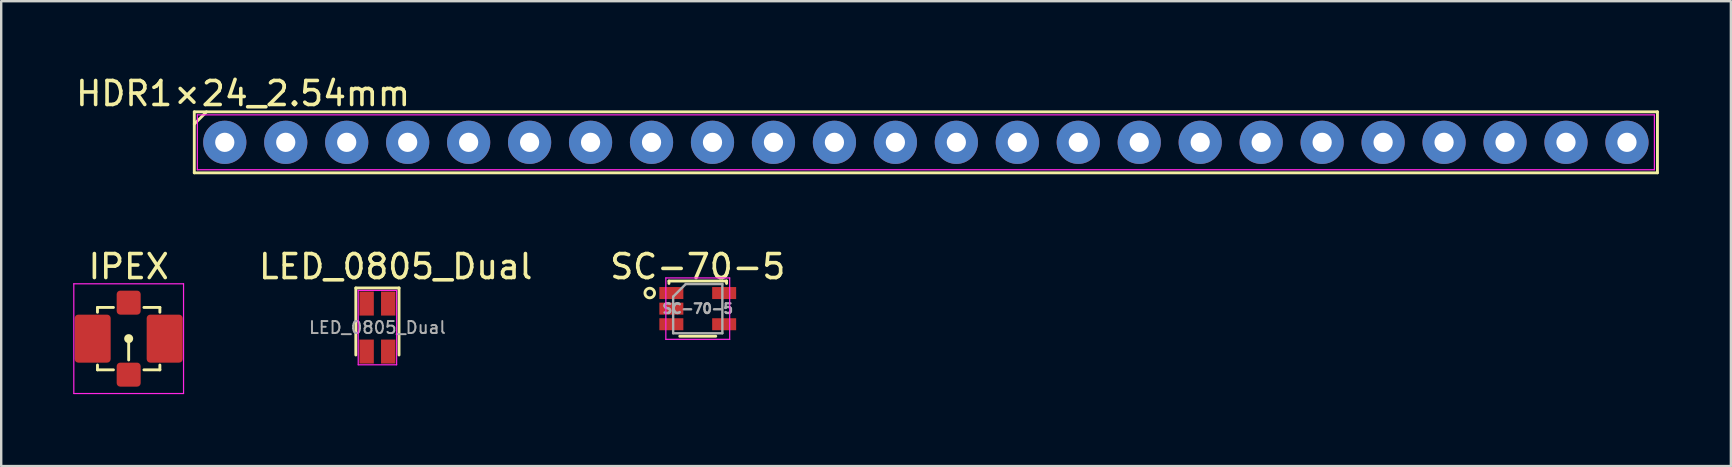
<source format=kicad_pcb>
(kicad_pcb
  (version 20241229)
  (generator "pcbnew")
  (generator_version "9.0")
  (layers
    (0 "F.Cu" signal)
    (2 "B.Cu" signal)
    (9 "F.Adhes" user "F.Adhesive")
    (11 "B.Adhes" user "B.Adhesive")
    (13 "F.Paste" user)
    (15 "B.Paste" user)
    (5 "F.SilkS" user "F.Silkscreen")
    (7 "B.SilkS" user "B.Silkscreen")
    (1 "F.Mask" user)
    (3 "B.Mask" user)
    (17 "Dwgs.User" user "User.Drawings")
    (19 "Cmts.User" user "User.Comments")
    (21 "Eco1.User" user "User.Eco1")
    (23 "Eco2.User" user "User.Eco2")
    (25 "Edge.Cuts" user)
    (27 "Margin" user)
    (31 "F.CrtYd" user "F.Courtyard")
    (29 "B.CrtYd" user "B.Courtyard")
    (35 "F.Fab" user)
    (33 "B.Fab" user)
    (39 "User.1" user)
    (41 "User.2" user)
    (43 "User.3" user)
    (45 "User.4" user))
  (footprint "HDR1×24_2.54mm"
    (layer "F.Cu")
    (at 6.315 2.88)
    (property "Reference" "HDR1×24_2.54mm" (at 0.762 -2.032 0) (layer "F.SilkS") (effects (font (size 1 1) (thickness 0.15))))
    (attr through_hole)
    (fp_line (start -1.27 -1.27) (end -1.27 1.27) (stroke (width 0.12) (type solid)) (layer "F.SilkS"))
    (fp_line (start -1.27 -1.27) (end 59.69 -1.27) (stroke (width 0.12) (type solid)) (layer "F.SilkS"))
    (fp_line (start -1.27 -0.762) (end -0.762 -1.27) (stroke (width 0.12) (type solid)) (layer "F.SilkS"))
    (fp_line (start -1.27 1.27) (end 59.69 1.27) (stroke (width 0.12) (type solid)) (layer "F.SilkS"))
    (fp_line (start 59.69 -1.27) (end 59.69 1.27) (stroke (width 0.12) (type solid)) (layer "F.SilkS"))
    (fp_line (start -1.143 -1.143) (end -1.143 1.143) (stroke (width 0.05) (type default)) (layer "F.CrtYd"))
    (fp_line (start -1.143 1.143) (end 59.563 1.143) (stroke (width 0.05) (type default)) (layer "F.CrtYd"))
    (fp_line (start 59.563 -1.143) (end -1.143 -1.143) (stroke (width 0.05) (type default)) (layer "F.CrtYd"))
    (fp_line (start 59.563 1.143) (end 59.563 -1.143) (stroke (width 0.05) (type default)) (layer "F.CrtYd"))
    (pad "1" thru_hole circle (at 0 0) (size 1.8 1.8) (drill 0.8) (layers "*.Cu" "*.Mask"))
    (pad "2" thru_hole circle (at 2.54 0) (size 1.8 1.8) (drill 0.8) (layers "*.Cu" "*.Mask"))
    (pad "3" thru_hole circle (at 5.08 0) (size 1.8 1.8) (drill 0.8) (layers "*.Cu" "*.Mask"))
    (pad "4" thru_hole circle (at 7.62 0) (size 1.8 1.8) (drill 0.8) (layers "*.Cu" "*.Mask"))
    (pad "5" thru_hole circle (at 10.16 0) (size 1.8 1.8) (drill 0.8) (layers "*.Cu" "*.Mask"))
    (pad "6" thru_hole circle (at 12.7 0) (size 1.8 1.8) (drill 0.8) (layers "*.Cu" "*.Mask"))
    (pad "7" thru_hole circle (at 15.24 0) (size 1.8 1.8) (drill 0.8) (layers "*.Cu" "*.Mask"))
    (pad "8" thru_hole circle (at 17.78 0) (size 1.8 1.8) (drill 0.8) (layers "*.Cu" "*.Mask"))
    (pad "9" thru_hole circle (at 20.32 0) (size 1.8 1.8) (drill 0.8) (layers "*.Cu" "*.Mask"))
    (pad "10" thru_hole circle (at 22.86 0) (size 1.8 1.8) (drill 0.8) (layers "*.Cu" "*.Mask"))
    (pad "11" thru_hole circle (at 25.4 0) (size 1.8 1.8) (drill 0.8) (layers "*.Cu" "*.Mask"))
    (pad "12" thru_hole circle (at 27.94 0) (size 1.8 1.8) (drill 0.8) (layers "*.Cu" "*.Mask"))
    (pad "13" thru_hole circle (at 30.48 0) (size 1.8 1.8) (drill 0.8) (layers "*.Cu" "*.Mask"))
    (pad "14" thru_hole circle (at 33.02 0) (size 1.8 1.8) (drill 0.8) (layers "*.Cu" "*.Mask"))
    (pad "15" thru_hole circle (at 35.56 0) (size 1.8 1.8) (drill 0.8) (layers "*.Cu" "*.Mask"))
    (pad "16" thru_hole circle (at 38.1 0) (size 1.8 1.8) (drill 0.8) (layers "*.Cu" "*.Mask"))
    (pad "17" thru_hole circle (at 40.64 0) (size 1.8 1.8) (drill 0.8) (layers "*.Cu" "*.Mask"))
    (pad "18" thru_hole circle (at 43.18 0) (size 1.8 1.8) (drill 0.8) (layers "*.Cu" "*.Mask"))
    (pad "19" thru_hole circle (at 45.72 0) (size 1.8 1.8) (drill 0.8) (layers "*.Cu" "*.Mask"))
    (pad "20" thru_hole circle (at 48.26 0) (size 1.8 1.8) (drill 0.8) (layers "*.Cu" "*.Mask"))
    (pad "21" thru_hole circle (at 50.8 0) (size 1.8 1.8) (drill 0.8) (layers "*.Cu" "*.Mask"))
    (pad "22" thru_hole circle (at 53.34 0) (size 1.8 1.8) (drill 0.8) (layers "*.Cu" "*.Mask"))
    (pad "23" thru_hole circle (at 55.88 0) (size 1.8 1.8) (drill 0.8) (layers "*.Cu" "*.Mask"))
    (pad "24" thru_hole circle (at 58.42 0) (size 1.8 1.8) (drill 0.8) (layers "*.Cu" "*.Mask")))
  (footprint "LED_0805_Dual"
    (layer "F.Cu")
    (at 12.675 10.598)
    (property "Reference" "LED_0805_Dual" (at 0.762 -2.54 0) (layer "F.SilkS") (effects (font (size 1 1) (thickness 0.15))))
    (attr smd)
    (fp_line (start -0.9 -1.65) (end -0.9 1.143) (stroke (width 0.12) (type solid)) (layer "F.SilkS"))
    (fp_line (start -0.9 -1.65) (end 0.9 -1.65) (stroke (width 0.12) (type solid)) (layer "F.SilkS"))
    (fp_line (start 0.9 -1.65) (end 0.9 1.143) (stroke (width 0.12) (type solid)) (layer "F.SilkS"))
    (fp_line (start -0.8 -1.55) (end -0.8 1.55) (stroke (width 0.05) (type solid)) (layer "F.CrtYd"))
    (fp_line (start -0.8 -1.55) (end 0.8 -1.55) (stroke (width 0.05) (type solid)) (layer "F.CrtYd"))
    (fp_line (start -0.8 1.55) (end 0.8 1.55) (stroke (width 0.05) (type solid)) (layer "F.CrtYd"))
    (fp_line (start 0.8 -1.55) (end 0.8 1.55) (stroke (width 0.05) (type solid)) (layer "F.CrtYd"))
    (fp_text user "${REFERENCE}" (at 0 0 0) (layer "F.Fab") (effects (font (size 0.5 0.5) (thickness 0.08))))
    (pad "1" smd rect (at 0.4 1.1) (size 0.6 1) (drill (offset 0.05 -0.1)) (layers "F.Cu" "F.Mask" "F.Paste"))
    (pad "2" smd rect (at 0.4 -1.1) (size 0.6 1) (drill (offset 0.05 0.1)) (layers "F.Cu" "F.Mask" "F.Paste"))
    (pad "3" smd rect (at -0.4 1.1) (size 0.6 1) (drill (offset -0.05 -0.1)) (layers "F.Cu" "F.Mask" "F.Paste"))
    (pad "4" smd rect (at -0.4 -1.1) (size 0.6 1) (drill (offset -0.05 0.1)) (layers "F.Cu" "F.Mask" "F.Paste")))
  (footprint "IPEX"
    (layer "F.Cu")
    (at 2.311 11.059)
    (property "Reference" "IPEX" (at 0 -3 0) (layer "F.SilkS") (effects (font (size 1 1) (thickness 0.15))))
    (attr smd)
    (fp_line (start -1.3 -1.3) (end -1.3 -1.1) (stroke (width 0.12) (type solid)) (layer "F.SilkS"))
    (fp_line (start -1.3 1.3) (end -1.3 1.1) (stroke (width 0.12) (type solid)) (layer "F.SilkS"))
    (fp_line (start -0.635 -1.3) (end -1.3 -1.3) (stroke (width 0.12) (type solid)) (layer "F.SilkS"))
    (fp_line (start -0.635 1.3) (end -1.3 1.3) (stroke (width 0.12) (type solid)) (layer "F.SilkS"))
    (fp_line (start 0 0.889) (end 0 0) (stroke (width 0.12) (type default)) (layer "F.SilkS"))
    (fp_line (start 0.635 -1.3) (end 1.3 -1.3) (stroke (width 0.12) (type solid)) (layer "F.SilkS"))
    (fp_line (start 0.635 1.3) (end 1.3 1.3) (stroke (width 0.12) (type solid)) (layer "F.SilkS"))
    (fp_line (start 1.3 -1.3) (end 1.3 -1.1) (stroke (width 0.12) (type solid)) (layer "F.SilkS"))
    (fp_line (start 1.3 1.3) (end 1.3 1.1) (stroke (width 0.12) (type solid)) (layer "F.SilkS"))
    (fp_circle (center 0 0) (end 0.127 0) (stroke (width 0.12) (type solid)) (fill yes) (layer "F.SilkS"))
    (fp_line (start -2.286 -2.286) (end 2.286 -2.286) (stroke (width 0.05) (type solid)) (layer "F.CrtYd"))
    (fp_line (start -2.286 2.286) (end -2.286 -2.286) (stroke (width 0.05) (type solid)) (layer "F.CrtYd"))
    (fp_line (start 2.286 -2.286) (end 2.286 2.286) (stroke (width 0.05) (type solid)) (layer "F.CrtYd"))
    (fp_line (start 2.286 2.286) (end -2.286 2.286) (stroke (width 0.05) (type solid)) (layer "F.CrtYd"))
    (pad "1" smd roundrect (at 0 1.5) (size 1 1) (layers "F.Cu" "F.Mask" "F.Paste") (roundrect_rratio 0.15))
    (pad "2" smd roundrect (at 1.5 0) (size 1.5 2) (layers "F.Cu" "F.Mask" "F.Paste") (roundrect_rratio 0.1))
    (pad "3" smd roundrect (at -1.5 0) (size 1.5 2) (layers "F.Cu" "F.Mask" "F.Paste") (roundrect_rratio 0.1))
    (pad "4" smd roundrect (at 0 -1.5) (size 1 1) (layers "F.Cu" "F.Mask" "F.Paste") (roundrect_rratio 0.15)))
  (footprint "SC-70-5"
    (layer "F.Cu")
    (at 26.021 9.809)
    (property "Reference" "SC-70-5" (at 0 -1.75 0) (layer "F.SilkS") (effects (font (size 1 1) (thickness 0.15))))
    (attr smd)
    (fp_line (start -1.2 -1.15) (end -1.2 -1.05) (stroke (width 0.12) (type solid)) (layer "F.SilkS"))
    (fp_line (start -1.2 -1.15) (end 1.2 -1.15) (stroke (width 0.12) (type solid)) (layer "F.SilkS"))
    (fp_line (start 0.75 1.15) (end -0.75 1.15) (stroke (width 0.12) (type solid)) (layer "F.SilkS"))
    (fp_line (start 1.2 -1.15) (end 1.2 -1.05) (stroke (width 0.12) (type solid)) (layer "F.SilkS"))
    (fp_circle (center -2 -0.65) (end -1.8 -0.65) (stroke (width 0.12) (type solid)) (fill no) (layer "F.SilkS"))
    (fp_line (start -1.33 -1.28) (end 1.33 -1.28) (stroke (width 0.05) (type solid)) (layer "F.CrtYd"))
    (fp_line (start -1.33 1.28) (end -1.33 -1.28) (stroke (width 0.05) (type solid)) (layer "F.CrtYd"))
    (fp_line (start 1.33 -1.28) (end 1.33 1.28) (stroke (width 0.05) (type solid)) (layer "F.CrtYd"))
    (fp_line (start 1.33 1.28) (end -1.33 1.28) (stroke (width 0.05) (type solid)) (layer "F.CrtYd"))
    (fp_line (start -1.025 -0.5) (end -0.5 -1.025) (stroke (width 0.1) (type solid)) (layer "F.Fab"))
    (fp_line (start -1.025 1.025) (end -1.025 -0.5) (stroke (width 0.1) (type solid)) (layer "F.Fab"))
    (fp_line (start -0.5 -1.025) (end 1.025 -1.025) (stroke (width 0.1) (type solid)) (layer "F.Fab"))
    (fp_line (start 1.025 -1.025) (end 1.025 1.025) (stroke (width 0.1) (type solid)) (layer "F.Fab"))
    (fp_line (start 1.025 1.025) (end -1.025 1.025) (stroke (width 0.1) (type solid)) (layer "F.Fab"))
    (fp_text user "${REFERENCE}" (at 0 0 0) (layer "F.Fab") (effects (font (size 0.4 0.4) (thickness 0.1))))
    (pad "1" smd rect (at -1.1 -0.65) (size 1 0.5) (layers "F.Cu" "F.Mask" "F.Paste"))
    (pad "2" smd rect (at -1.1 0) (size 1 0.5) (layers "F.Cu" "F.Mask" "F.Paste"))
    (pad "3" smd rect (at -1.1 0.65) (size 1 0.5) (layers "F.Cu" "F.Mask" "F.Paste"))
    (pad "4" smd rect (at 1.1 0.65) (size 1 0.5) (layers "F.Cu" "F.Mask" "F.Paste"))
    (pad "5" smd rect (at 1.1 -0.65) (size 1 0.5) (layers "F.Cu" "F.Mask" "F.Paste")))
  (gr_rect
    (start -3 -3)
    (end 69.065 16.369)
    (stroke (width 0.1) (type default))
    (fill no)
    (layer "Edge.Cuts")))
</source>
